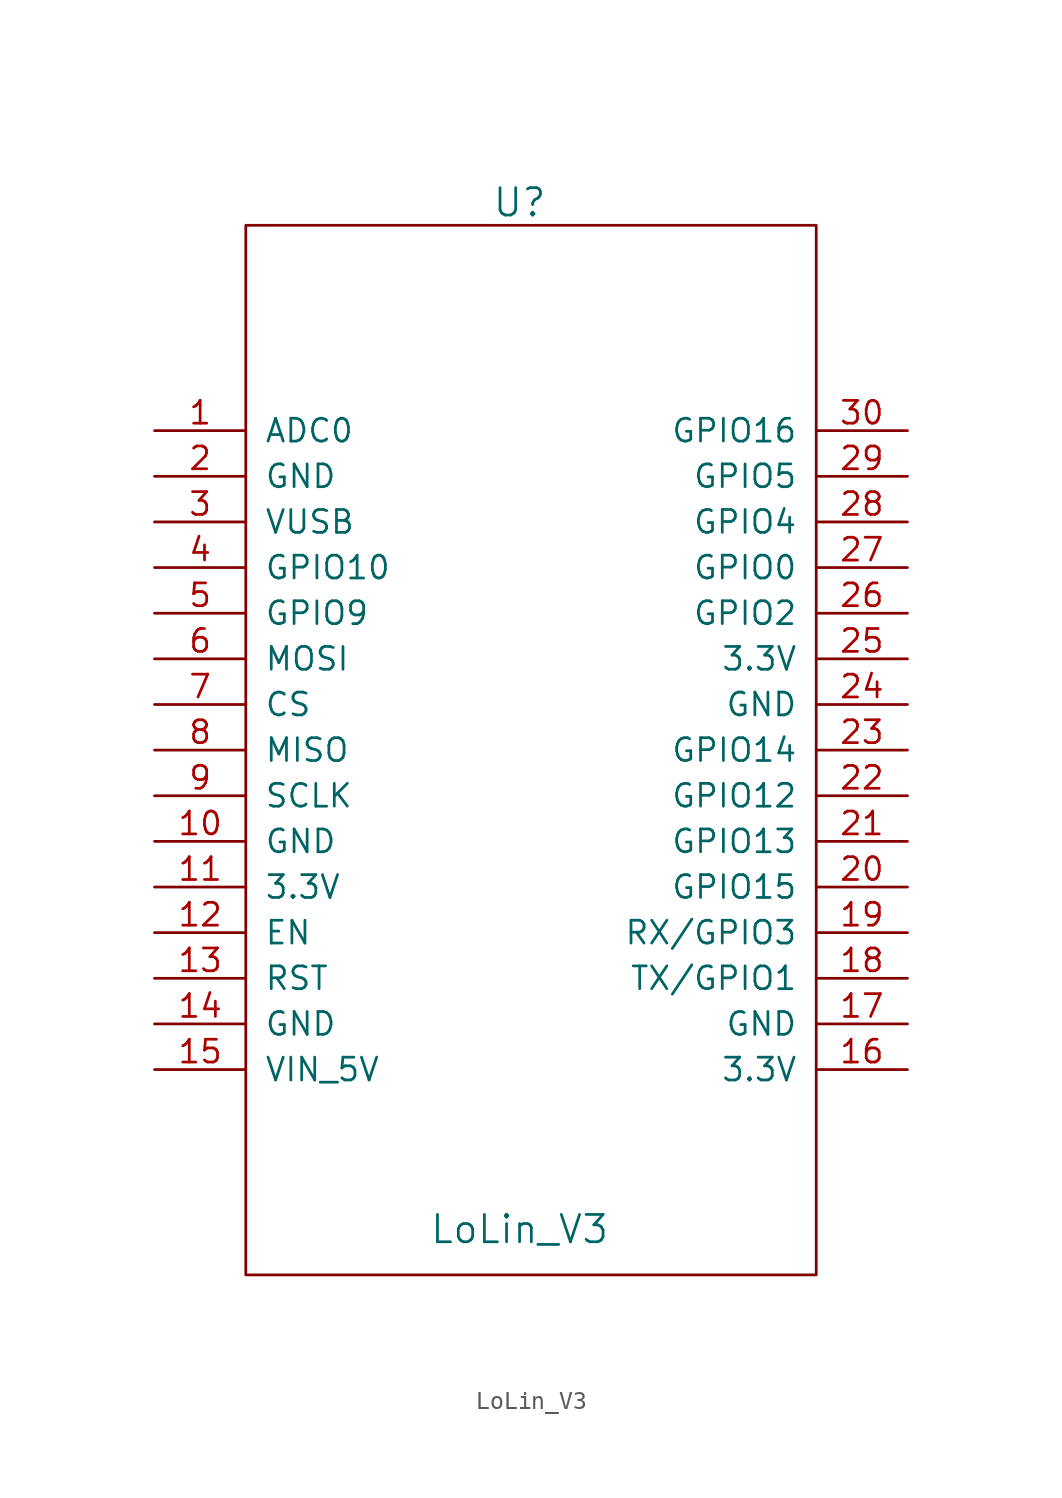
<source format=kicad_sym>
(kicad_symbol_lib
  (version 20211014)
  (generator kicad_symbol_editor)
  (symbol "LoLin_V3"
    (pin_names
      (offset 1.016))
    (property "Reference" "U"
      (at 15.24 1.27 0)
      (effects (font (size 1.524 1.524))))
    (property "Value" "LoLin_V3"
      (at 15.24 -55.88 0)
      (effects (font (size 1.524 1.524))))
    (property "Footprint" ""
      (at 24.13 -20.32 0)
      (effects (font (size 1.524 1.524))))
    (property "Datasheet" ""
      (at 24.13 -20.32 0)
      (effects (font (size 1.524 1.524))))
    (symbol "LoLin_V3_0_1"
      (rectangle (start 0 0) (end 31.75 -58.42) (stroke (width 0) (type default) (color 0 0 0 0)) (fill (type none))))
    (symbol "LoLin_V3_1_1"
      (pin input line (at -5.08 -11.43 0) (length 5.08) (name "ADC0" (effects (font (size 1.27 1.27)))) (number "1" (effects (font (size 1.27 1.27)))))
      (pin input line (at -5.08 -34.29 0) (length 5.08) (name "GND" (effects (font (size 1.27 1.27)))) (number "10" (effects (font (size 1.27 1.27)))))
      (pin input line (at -5.08 -36.83 0) (length 5.08) (name "3.3V" (effects (font (size 1.27 1.27)))) (number "11" (effects (font (size 1.27 1.27)))))
      (pin input line (at -5.08 -39.37 0) (length 5.08) (name "EN" (effects (font (size 1.27 1.27)))) (number "12" (effects (font (size 1.27 1.27)))))
      (pin input line (at -5.08 -41.91 0) (length 5.08) (name "RST" (effects (font (size 1.27 1.27)))) (number "13" (effects (font (size 1.27 1.27)))))
      (pin input line (at -5.08 -44.45 0) (length 5.08) (name "GND" (effects (font (size 1.27 1.27)))) (number "14" (effects (font (size 1.27 1.27)))))
      (pin input line (at -5.08 -46.99 0) (length 5.08) (name "VIN_5V" (effects (font (size 1.27 1.27)))) (number "15" (effects (font (size 1.27 1.27)))))
      (pin input line (at 36.83 -46.99 180) (length 5.08) (name "3.3V" (effects (font (size 1.27 1.27)))) (number "16" (effects (font (size 1.27 1.27)))))
      (pin input line (at 36.83 -44.45 180) (length 5.08) (name "GND" (effects (font (size 1.27 1.27)))) (number "17" (effects (font (size 1.27 1.27)))))
      (pin input line (at 36.83 -41.91 180) (length 5.08) (name "TX/GPIO1" (effects (font (size 1.27 1.27)))) (number "18" (effects (font (size 1.27 1.27)))))
      (pin input line (at 36.83 -39.37 180) (length 5.08) (name "RX/GPIO3" (effects (font (size 1.27 1.27)))) (number "19" (effects (font (size 1.27 1.27)))))
      (pin input line (at -5.08 -13.97 0) (length 5.08) (name "GND" (effects (font (size 1.27 1.27)))) (number "2" (effects (font (size 1.27 1.27)))))
      (pin input line (at 36.83 -36.83 180) (length 5.08) (name "GPIO15" (effects (font (size 1.27 1.27)))) (number "20" (effects (font (size 1.27 1.27)))))
      (pin input line (at 36.83 -34.29 180) (length 5.08) (name "GPIO13" (effects (font (size 1.27 1.27)))) (number "21" (effects (font (size 1.27 1.27)))))
      (pin input line (at 36.83 -31.75 180) (length 5.08) (name "GPIO12" (effects (font (size 1.27 1.27)))) (number "22" (effects (font (size 1.27 1.27)))))
      (pin input line (at 36.83 -29.21 180) (length 5.08) (name "GPIO14" (effects (font (size 1.27 1.27)))) (number "23" (effects (font (size 1.27 1.27)))))
      (pin input line (at 36.83 -26.67 180) (length 5.08) (name "GND" (effects (font (size 1.27 1.27)))) (number "24" (effects (font (size 1.27 1.27)))))
      (pin input line (at 36.83 -24.13 180) (length 5.08) (name "3.3V" (effects (font (size 1.27 1.27)))) (number "25" (effects (font (size 1.27 1.27)))))
      (pin input line (at 36.83 -21.59 180) (length 5.08) (name "GPIO2" (effects (font (size 1.27 1.27)))) (number "26" (effects (font (size 1.27 1.27)))))
      (pin input line (at 36.83 -19.05 180) (length 5.08) (name "GPIO0" (effects (font (size 1.27 1.27)))) (number "27" (effects (font (size 1.27 1.27)))))
      (pin input line (at 36.83 -16.51 180) (length 5.08) (name "GPIO4" (effects (font (size 1.27 1.27)))) (number "28" (effects (font (size 1.27 1.27)))))
      (pin input line (at 36.83 -13.97 180) (length 5.08) (name "GPIO5" (effects (font (size 1.27 1.27)))) (number "29" (effects (font (size 1.27 1.27)))))
      (pin input line (at -5.08 -16.51 0) (length 5.08) (name "VUSB" (effects (font (size 1.27 1.27)))) (number "3" (effects (font (size 1.27 1.27)))))
      (pin input line (at 36.83 -11.43 180) (length 5.08) (name "GPIO16" (effects (font (size 1.27 1.27)))) (number "30" (effects (font (size 1.27 1.27)))))
      (pin input line (at -5.08 -19.05 0) (length 5.08) (name "GPIO10" (effects (font (size 1.27 1.27)))) (number "4" (effects (font (size 1.27 1.27)))))
      (pin input line (at -5.08 -21.59 0) (length 5.08) (name "GPIO9" (effects (font (size 1.27 1.27)))) (number "5" (effects (font (size 1.27 1.27)))))
      (pin input line (at -5.08 -24.13 0) (length 5.08) (name "MOSI" (effects (font (size 1.27 1.27)))) (number "6" (effects (font (size 1.27 1.27)))))
      (pin input line (at -5.08 -26.67 0) (length 5.08) (name "CS" (effects (font (size 1.27 1.27)))) (number "7" (effects (font (size 1.27 1.27)))))
      (pin input line (at -5.08 -29.21 0) (length 5.08) (name "MISO" (effects (font (size 1.27 1.27)))) (number "8" (effects (font (size 1.27 1.27)))))
      (pin input line (at -5.08 -31.75 0) (length 5.08) (name "SCLK" (effects (font (size 1.27 1.27)))) (number "9" (effects (font (size 1.27 1.27))))))))
</source>
